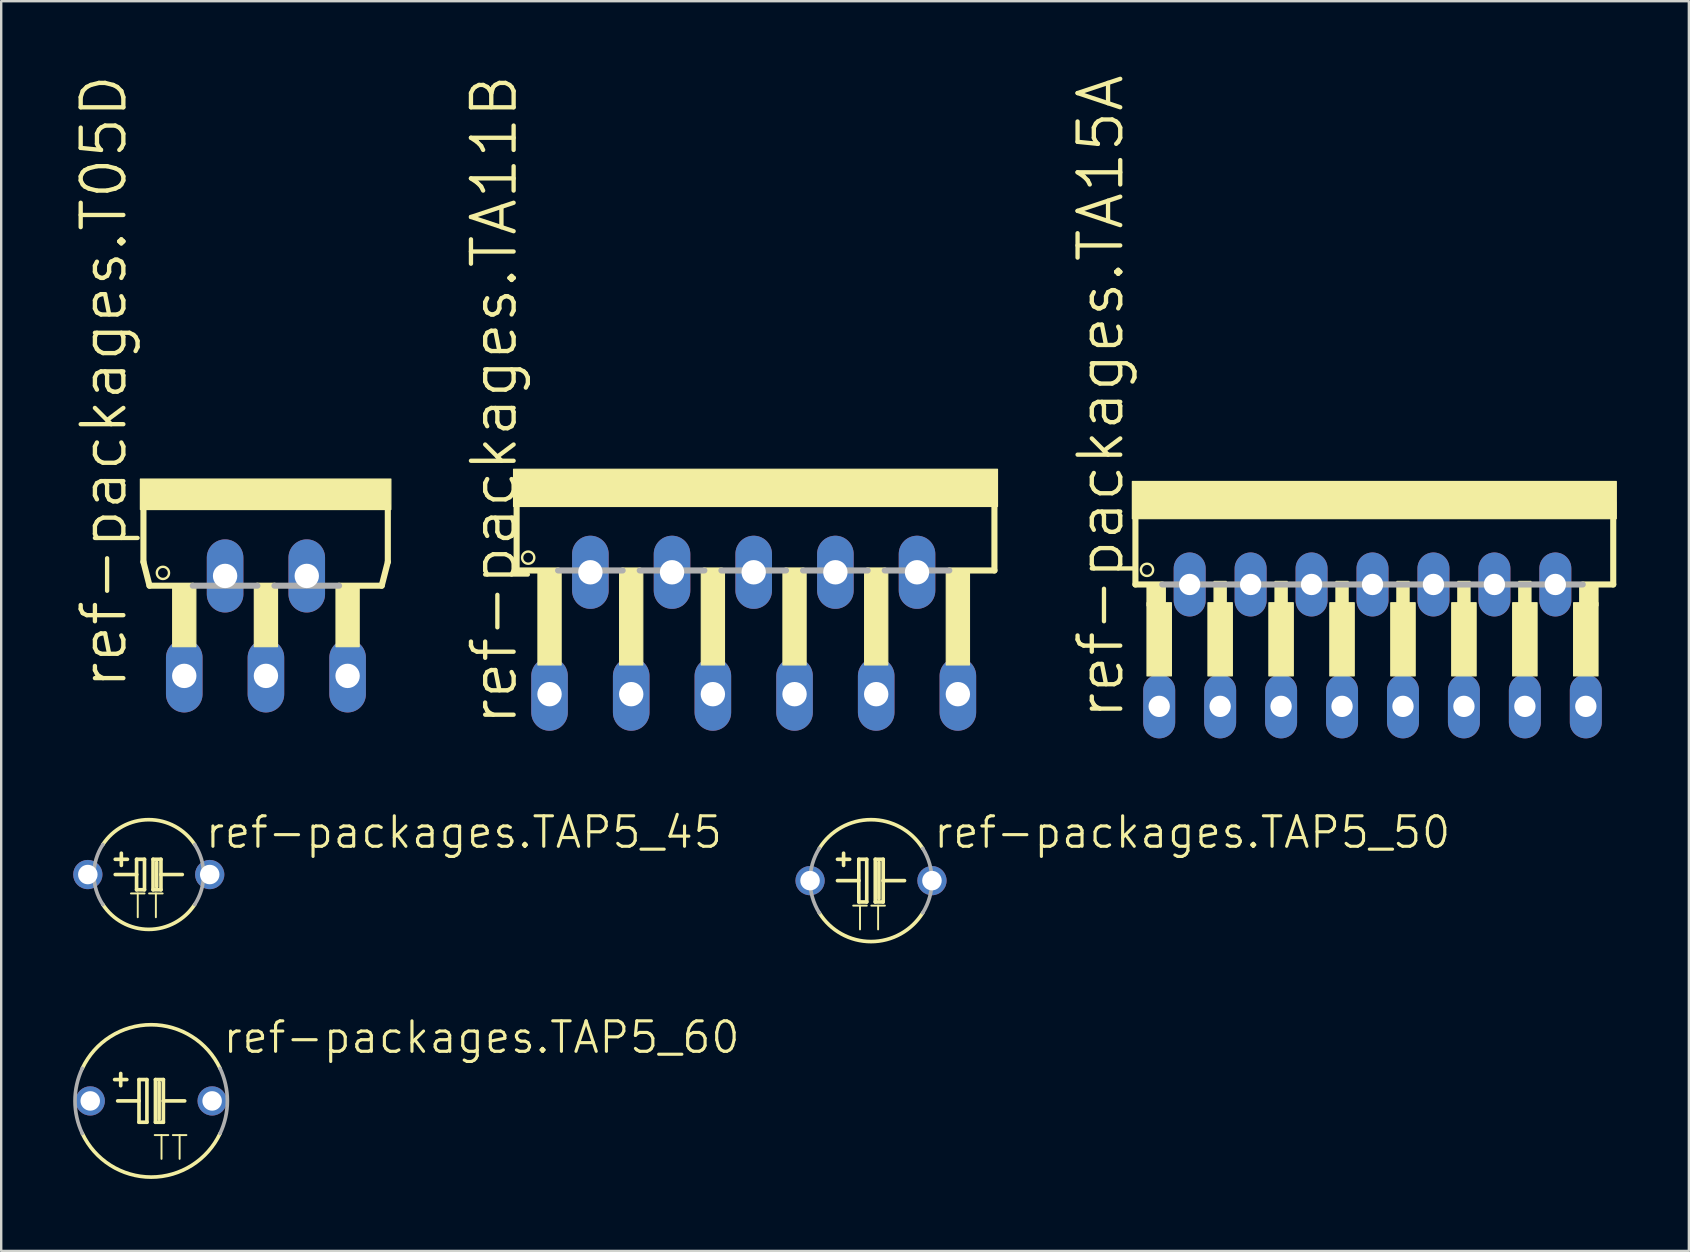
<source format=kicad_pcb>
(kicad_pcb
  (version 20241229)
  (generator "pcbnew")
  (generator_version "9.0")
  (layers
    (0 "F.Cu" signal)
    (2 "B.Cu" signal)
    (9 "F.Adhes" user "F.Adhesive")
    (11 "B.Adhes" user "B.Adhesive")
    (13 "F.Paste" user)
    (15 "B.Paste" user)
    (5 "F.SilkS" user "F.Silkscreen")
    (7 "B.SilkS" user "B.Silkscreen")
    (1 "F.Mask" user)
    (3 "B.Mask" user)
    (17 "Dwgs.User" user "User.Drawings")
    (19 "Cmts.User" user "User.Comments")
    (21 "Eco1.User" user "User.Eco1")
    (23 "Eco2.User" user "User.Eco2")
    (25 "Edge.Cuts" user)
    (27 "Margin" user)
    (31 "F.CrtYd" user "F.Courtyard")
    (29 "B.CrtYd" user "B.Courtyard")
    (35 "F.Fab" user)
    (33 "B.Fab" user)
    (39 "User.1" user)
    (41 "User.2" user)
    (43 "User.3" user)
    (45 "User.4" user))
  (footprint "ref-packages.TA11B"
    (layer "F.Cu")
    (at 28.362 18.261)
    (property "Reference" "ref-packages.TA11B" (at -9.779 9.017 90) (layer "F.SilkS") (effects (font (size 1.778 1.778) (thickness 0.18)) (justify left bottom)))
    (attr through_hole)
    (fp_line (start -9.881 -0.279) (end -9.881 2.464) (stroke (width 0.254) (type default)) (layer "F.SilkS"))
    (fp_line (start -9.881 2.464) (end -8.153 2.464) (stroke (width 0.254) (type default)) (layer "F.SilkS"))
    (fp_line (start -5.461 2.464) (end -4.75 2.464) (stroke (width 0.254) (type default)) (layer "F.SilkS"))
    (fp_line (start -2.057 2.464) (end -1.346 2.464) (stroke (width 0.254) (type default)) (layer "F.SilkS"))
    (fp_line (start 1.346 2.464) (end 2.057 2.464) (stroke (width 0.254) (type default)) (layer "F.SilkS"))
    (fp_line (start 4.75 2.464) (end 5.461 2.464) (stroke (width 0.254) (type default)) (layer "F.SilkS"))
    (fp_line (start 8.153 2.464) (end 10.033 2.464) (stroke (width 0.254) (type default)) (layer "F.SilkS"))
    (fp_line (start 10.033 2.464) (end 10.033 -0.864) (stroke (width 0.254) (type default)) (layer "F.SilkS"))
    (fp_rect (start -10.008 -0.203) (end 10.16 -1.753) (stroke (width 0.05) (type default)) (fill yes) (layer "F.SilkS"))
    (fp_rect (start -8.992 6.401) (end -8.026 2.54) (stroke (width 0.05) (type default)) (fill yes) (layer "F.SilkS"))
    (fp_rect (start -5.588 6.401) (end -4.623 2.54) (stroke (width 0.05) (type default)) (fill yes) (layer "F.SilkS"))
    (fp_rect (start -2.184 6.401) (end -1.219 2.54) (stroke (width 0.05) (type default)) (fill yes) (layer "F.SilkS"))
    (fp_rect (start 1.219 6.401) (end 2.184 2.54) (stroke (width 0.05) (type default)) (fill yes) (layer "F.SilkS"))
    (fp_rect (start 4.623 6.401) (end 5.588 2.54) (stroke (width 0.05) (type default)) (fill yes) (layer "F.SilkS"))
    (fp_rect (start 8.026 6.401) (end 8.992 2.54) (stroke (width 0.05) (type default)) (fill yes) (layer "F.SilkS"))
    (fp_circle (center -9.398 1.93) (end -9.144 1.93) (stroke (width 0.1) (type default)) (fill no) (layer "F.SilkS"))
    (fp_line (start -8.153 2.464) (end -5.461 2.464) (stroke (width 0.254) (type default)) (layer "F.Fab"))
    (fp_line (start -4.75 2.464) (end -2.057 2.464) (stroke (width 0.254) (type default)) (layer "F.Fab"))
    (fp_line (start -1.346 2.464) (end 1.346 2.464) (stroke (width 0.254) (type default)) (layer "F.Fab"))
    (fp_line (start 2.057 2.464) (end 4.75 2.464) (stroke (width 0.254) (type default)) (layer "F.Fab"))
    (fp_line (start 5.461 2.464) (end 8.153 2.464) (stroke (width 0.254) (type default)) (layer "F.Fab"))
    (pad "1" thru_hole oval (at -8.509 7.62 90) (size 3.048 1.524) (drill 1.016) (layers "*.Cu" "*.Mask"))
    (pad "2" thru_hole oval (at -6.807 2.54 90) (size 3.048 1.524) (drill 1.016) (layers "*.Cu" "*.Mask"))
    (pad "3" thru_hole oval (at -5.105 7.62 90) (size 3.048 1.524) (drill 1.016) (layers "*.Cu" "*.Mask"))
    (pad "4" thru_hole oval (at -3.404 2.54 90) (size 3.048 1.524) (drill 1.016) (layers "*.Cu" "*.Mask"))
    (pad "5" thru_hole oval (at -1.702 7.62 90) (size 3.048 1.524) (drill 1.016) (layers "*.Cu" "*.Mask"))
    (pad "6" thru_hole oval (at 0 2.54 90) (size 3.048 1.524) (drill 1.016) (layers "*.Cu" "*.Mask"))
    (pad "7" thru_hole oval (at 1.702 7.62 90) (size 3.048 1.524) (drill 1.016) (layers "*.Cu" "*.Mask"))
    (pad "8" thru_hole oval (at 3.404 2.54 90) (size 3.048 1.524) (drill 1.016) (layers "*.Cu" "*.Mask"))
    (pad "9" thru_hole oval (at 5.105 7.62 90) (size 3.048 1.524) (drill 1.016) (layers "*.Cu" "*.Mask"))
    (pad "10" thru_hole oval (at 6.807 2.54 90) (size 3.048 1.524) (drill 1.016) (layers "*.Cu" "*.Mask"))
    (pad "11" thru_hole oval (at 8.509 7.62 90) (size 3.048 1.524) (drill 1.016) (layers "*.Cu" "*.Mask")))
  (footprint "ref-packages.T05D"
    (layer "F.Cu")
    (at 8.033 20.039)
    (property "Reference" "ref-packages.T05D" (at -5.715 5.715 90) (layer "F.SilkS") (effects (font (size 1.778 1.778) (thickness 0.18)) (justify left bottom)))
    (attr through_hole)
    (fp_line (start -5.105 -2.007) (end -5.105 0.33) (stroke (width 0.254) (type default)) (layer "F.SilkS"))
    (fp_line (start -5.105 0.33) (end -4.851 1.321) (stroke (width 0.254) (type default)) (layer "F.SilkS"))
    (fp_line (start -4.851 1.321) (end -3.048 1.321) (stroke (width 0.254) (type default)) (layer "F.SilkS"))
    (fp_line (start -0.356 1.321) (end 0.356 1.321) (stroke (width 0.254) (type default)) (layer "F.SilkS"))
    (fp_line (start 3.048 1.321) (end 4.826 1.321) (stroke (width 0.254) (type default)) (layer "F.SilkS"))
    (fp_line (start 4.826 1.321) (end 5.08 0.33) (stroke (width 0.254) (type default)) (layer "F.SilkS"))
    (fp_line (start 5.08 0.33) (end 5.08 -2.007) (stroke (width 0.254) (type default)) (layer "F.SilkS"))
    (fp_rect (start -5.232 -1.854) (end 5.207 -3.124) (stroke (width 0.05) (type default)) (fill yes) (layer "F.SilkS"))
    (fp_rect (start -3.886 3.861) (end -2.921 1.346) (stroke (width 0.05) (type default)) (fill yes) (layer "F.SilkS"))
    (fp_rect (start -0.483 3.861) (end 0.483 1.346) (stroke (width 0.05) (type default)) (fill yes) (layer "F.SilkS"))
    (fp_rect (start 2.921 3.861) (end 3.886 1.346) (stroke (width 0.05) (type default)) (fill yes) (layer "F.SilkS"))
    (fp_circle (center -4.293 0.787) (end -4.039 0.787) (stroke (width 0.1) (type default)) (fill no) (layer "F.SilkS"))
    (fp_line (start -3.048 1.321) (end -0.356 1.321) (stroke (width 0.254) (type default)) (layer "F.Fab"))
    (fp_line (start 0.356 1.321) (end 3.048 1.321) (stroke (width 0.254) (type default)) (layer "F.Fab"))
    (pad "1" thru_hole oval (at -3.404 5.08 90) (size 3.048 1.524) (drill 1.016) (layers "*.Cu" "*.Mask"))
    (pad "2" thru_hole oval (at -1.702 0.914 90) (size 3.048 1.524) (drill 1.016) (layers "*.Cu" "*.Mask"))
    (pad "3" thru_hole oval (at 0 5.08 90) (size 3.048 1.524) (drill 1.016) (layers "*.Cu" "*.Mask"))
    (pad "4" thru_hole oval (at 1.702 0.914 90) (size 3.048 1.524) (drill 1.016) (layers "*.Cu" "*.Mask"))
    (pad "5" thru_hole oval (at 3.404 5.08 90) (size 3.048 1.524) (drill 1.016) (layers "*.Cu" "*.Mask")))
  (footprint "ref-packages.TA15A"
    (layer "F.Cu")
    (at 54.152 20.039)
    (property "Reference" "ref-packages.TA15A" (at -10.287 6.985 90) (layer "F.SilkS") (effects (font (size 1.778 1.778) (thickness 0.18)) (justify left bottom)))
    (attr through_hole)
    (fp_line (start -9.881 -1.549) (end -9.881 1.27) (stroke (width 0.254) (type default)) (layer "F.SilkS"))
    (fp_line (start -8.763 1.27) (end -9.881 1.27) (stroke (width 0.254) (type default)) (layer "F.SilkS"))
    (fp_line (start 8.763 1.27) (end 10.033 1.27) (stroke (width 0.254) (type default)) (layer "F.SilkS"))
    (fp_line (start 10.033 1.27) (end 10.033 -2.134) (stroke (width 0.254) (type default)) (layer "F.SilkS"))
    (fp_rect (start -10.008 -1.473) (end 10.16 -3.023) (stroke (width 0.05) (type default)) (fill yes) (layer "F.SilkS"))
    (fp_rect (start -9.398 2.159) (end -8.636 1.27) (stroke (width 0.05) (type default)) (fill yes) (layer "F.SilkS"))
    (fp_rect (start -9.398 5.08) (end -8.382 2.032) (stroke (width 0.05) (type default)) (fill yes) (layer "F.SilkS"))
    (fp_rect (start -6.858 5.08) (end -5.842 2.032) (stroke (width 0.05) (type default)) (fill yes) (layer "F.SilkS"))
    (fp_rect (start -6.604 2.286) (end -6.096 1.143) (stroke (width 0.05) (type default)) (fill yes) (layer "F.SilkS"))
    (fp_rect (start -4.318 5.08) (end -3.302 2.032) (stroke (width 0.05) (type default)) (fill yes) (layer "F.SilkS"))
    (fp_rect (start -4.064 2.286) (end -3.556 1.143) (stroke (width 0.05) (type default)) (fill yes) (layer "F.SilkS"))
    (fp_rect (start -1.778 5.08) (end -0.762 2.032) (stroke (width 0.05) (type default)) (fill yes) (layer "F.SilkS"))
    (fp_rect (start -1.524 2.286) (end -1.016 1.143) (stroke (width 0.05) (type default)) (fill yes) (layer "F.SilkS"))
    (fp_rect (start 0.762 5.08) (end 1.778 2.032) (stroke (width 0.05) (type default)) (fill yes) (layer "F.SilkS"))
    (fp_rect (start 1.016 2.286) (end 1.524 1.143) (stroke (width 0.05) (type default)) (fill yes) (layer "F.SilkS"))
    (fp_rect (start 3.302 5.08) (end 4.318 2.032) (stroke (width 0.05) (type default)) (fill yes) (layer "F.SilkS"))
    (fp_rect (start 3.556 2.286) (end 4.064 1.143) (stroke (width 0.05) (type default)) (fill yes) (layer "F.SilkS"))
    (fp_rect (start 5.842 5.08) (end 6.858 2.032) (stroke (width 0.05) (type default)) (fill yes) (layer "F.SilkS"))
    (fp_rect (start 6.096 2.286) (end 6.604 1.143) (stroke (width 0.05) (type default)) (fill yes) (layer "F.SilkS"))
    (fp_rect (start 8.382 5.08) (end 9.398 2.032) (stroke (width 0.05) (type default)) (fill yes) (layer "F.SilkS"))
    (fp_rect (start 8.636 2.159) (end 9.398 1.27) (stroke (width 0.05) (type default)) (fill yes) (layer "F.SilkS"))
    (fp_circle (center -9.398 0.66) (end -9.144 0.66) (stroke (width 0.1) (type default)) (fill no) (layer "F.SilkS"))
    (fp_line (start -8.763 1.27) (end 8.763 1.27) (stroke (width 0.254) (type default)) (layer "F.Fab"))
    (pad "1" thru_hole oval (at -8.89 6.35 90) (size 2.667 1.333) (drill 0.889) (layers "*.Cu" "*.Mask"))
    (pad "2" thru_hole oval (at -7.62 1.27 90) (size 2.667 1.333) (drill 0.889) (layers "*.Cu" "*.Mask"))
    (pad "3" thru_hole oval (at -6.35 6.35 90) (size 2.667 1.333) (drill 0.889) (layers "*.Cu" "*.Mask"))
    (pad "4" thru_hole oval (at -5.08 1.27 90) (size 2.667 1.333) (drill 0.889) (layers "*.Cu" "*.Mask"))
    (pad "5" thru_hole oval (at -3.81 6.35 90) (size 2.667 1.333) (drill 0.889) (layers "*.Cu" "*.Mask"))
    (pad "6" thru_hole oval (at -2.54 1.27 90) (size 2.667 1.333) (drill 0.889) (layers "*.Cu" "*.Mask"))
    (pad "7" thru_hole oval (at -1.27 6.35 90) (size 2.667 1.333) (drill 0.889) (layers "*.Cu" "*.Mask"))
    (pad "8" thru_hole oval (at 0 1.27 90) (size 2.667 1.333) (drill 0.889) (layers "*.Cu" "*.Mask"))
    (pad "9" thru_hole oval (at 1.27 6.35 90) (size 2.667 1.333) (drill 0.889) (layers "*.Cu" "*.Mask"))
    (pad "10" thru_hole oval (at 2.54 1.27 90) (size 2.667 1.333) (drill 0.889) (layers "*.Cu" "*.Mask"))
    (pad "11" thru_hole oval (at 3.81 6.35 90) (size 2.667 1.333) (drill 0.889) (layers "*.Cu" "*.Mask"))
    (pad "12" thru_hole oval (at 5.08 1.27 90) (size 2.667 1.333) (drill 0.889) (layers "*.Cu" "*.Mask"))
    (pad "13" thru_hole oval (at 6.35 6.35 90) (size 2.667 1.333) (drill 0.889) (layers "*.Cu" "*.Mask"))
    (pad "14" thru_hole oval (at 7.62 1.27 90) (size 2.667 1.333) (drill 0.889) (layers "*.Cu" "*.Mask"))
    (pad "15" thru_hole oval (at 8.89 6.35 90) (size 2.667 1.333) (drill 0.889) (layers "*.Cu" "*.Mask")))
  (footprint "ref-packages.TAP5_50"
    (layer "F.Cu")
    (at 33.251 33.652)
    (property "Reference" "ref-packages.TAP5_50" (at 2.54 -1.27 0) (layer "F.SilkS") (effects (font (size 1.27 1.27) (thickness 0.13)) (justify left bottom)))
    (attr through_hole)
    (fp_line (start -1.397 0) (end -0.508 0) (stroke (width 0.152) (type default)) (layer "F.SilkS"))
    (fp_line (start -1.143 -0.635) (end -1.143 -1.143) (stroke (width 0.152) (type default)) (layer "F.SilkS"))
    (fp_line (start -0.889 -0.889) (end -1.397 -0.889) (stroke (width 0.152) (type default)) (layer "F.SilkS"))
    (fp_line (start -0.508 -0.889) (end -0.508 0) (stroke (width 0.152) (type default)) (layer "F.SilkS"))
    (fp_line (start -0.508 0) (end -0.508 0.889) (stroke (width 0.152) (type default)) (layer "F.SilkS"))
    (fp_line (start -0.508 0.889) (end -0.178 0.889) (stroke (width 0.152) (type default)) (layer "F.SilkS"))
    (fp_line (start -0.178 -0.889) (end -0.508 -0.889) (stroke (width 0.152) (type default)) (layer "F.SilkS"))
    (fp_line (start -0.178 0.889) (end -0.178 -0.889) (stroke (width 0.152) (type default)) (layer "F.SilkS"))
    (fp_line (start 0.178 -0.889) (end 0.178 0.889) (stroke (width 0.152) (type default)) (layer "F.SilkS"))
    (fp_line (start 0.178 0.889) (end 0.508 0.889) (stroke (width 0.152) (type default)) (layer "F.SilkS"))
    (fp_line (start 0.33 0.762) (end 0.33 -0.762) (stroke (width 0.152) (type default)) (layer "F.SilkS"))
    (fp_line (start 0.508 -0.889) (end 0.178 -0.889) (stroke (width 0.152) (type default)) (layer "F.SilkS"))
    (fp_line (start 0.508 0) (end 0.508 -0.889) (stroke (width 0.152) (type default)) (layer "F.SilkS"))
    (fp_line (start 0.508 0) (end 1.397 0) (stroke (width 0.152) (type default)) (layer "F.SilkS"))
    (fp_line (start 0.508 0.889) (end 0.508 0) (stroke (width 0.152) (type default)) (layer "F.SilkS"))
    (fp_arc (start -2.1557 -1.3432) (mid 0 -2.539927) (end 2.1557 -1.3432) (stroke (width 0.1524) (type default)) (layer "F.SilkS"))
    (fp_arc (start 2.1557 1.3432) (mid 0 2.539927) (end -2.1557 1.3432) (stroke (width 0.1524) (type default)) (layer "F.SilkS"))
    (fp_arc (start -2.1557 1.3432) (mid -2.539927 0) (end -2.1557 -1.3432) (stroke (width 0.1524) (type default)) (layer "F.Fab"))
    (fp_arc (start 2.1557 -1.3432) (mid 2.539927 0) (end 2.1557 1.3432) (stroke (width 0.1524) (type default)) (layer "F.Fab"))
    (fp_text user "TT" (at -0.889 2.159 0) (layer "F.SilkS") (effects (font (size 0.991 0.991) (thickness 0.08)) (justify left bottom)))
    (pad "+" thru_hole circle (at -2.54 0) (size 1.219 1.219) (drill 0.813) (layers "*.Cu" "*.Mask"))
    (pad "-" thru_hole circle (at 2.54 0) (size 1.219 1.219) (drill 0.813) (layers "*.Cu" "*.Mask")))
  (footprint "ref-packages.TAP5_60"
    (layer "F.Cu")
    (at 3.251 42.833)
    (property "Reference" "ref-packages.TAP5_60" (at 2.921 -1.905 0) (layer "F.SilkS") (effects (font (size 1.27 1.27) (thickness 0.13)) (justify left bottom)))
    (attr through_hole)
    (fp_line (start -1.397 0) (end -0.508 0) (stroke (width 0.152) (type default)) (layer "F.SilkS"))
    (fp_line (start -1.27 -0.635) (end -1.27 -1.143) (stroke (width 0.152) (type default)) (layer "F.SilkS"))
    (fp_line (start -1.016 -0.889) (end -1.524 -0.889) (stroke (width 0.152) (type default)) (layer "F.SilkS"))
    (fp_line (start -0.508 -0.889) (end -0.508 0) (stroke (width 0.152) (type default)) (layer "F.SilkS"))
    (fp_line (start -0.508 0) (end -0.508 0.889) (stroke (width 0.152) (type default)) (layer "F.SilkS"))
    (fp_line (start -0.508 0.889) (end -0.178 0.889) (stroke (width 0.152) (type default)) (layer "F.SilkS"))
    (fp_line (start -0.178 -0.889) (end -0.508 -0.889) (stroke (width 0.152) (type default)) (layer "F.SilkS"))
    (fp_line (start -0.178 0.889) (end -0.178 -0.889) (stroke (width 0.152) (type default)) (layer "F.SilkS"))
    (fp_line (start 0.178 -0.889) (end 0.178 0.889) (stroke (width 0.152) (type default)) (layer "F.SilkS"))
    (fp_line (start 0.178 0.889) (end 0.508 0.889) (stroke (width 0.152) (type default)) (layer "F.SilkS"))
    (fp_line (start 0.33 0.762) (end 0.33 -0.762) (stroke (width 0.152) (type default)) (layer "F.SilkS"))
    (fp_line (start 0.508 -0.889) (end 0.178 -0.889) (stroke (width 0.152) (type default)) (layer "F.SilkS"))
    (fp_line (start 0.508 0) (end 0.508 -0.889) (stroke (width 0.152) (type default)) (layer "F.SilkS"))
    (fp_line (start 0.508 0) (end 1.397 0) (stroke (width 0.152) (type default)) (layer "F.SilkS"))
    (fp_line (start 0.508 0.889) (end 0.508 0) (stroke (width 0.152) (type default)) (layer "F.SilkS"))
    (fp_arc (start -2.8702 -1.3574) (mid 0 -3.174993) (end 2.8702 -1.3574) (stroke (width 0.1524) (type default)) (layer "F.SilkS"))
    (fp_arc (start 2.8702 1.3574) (mid 0 3.174993) (end -2.8702 1.3574) (stroke (width 0.1524) (type default)) (layer "F.SilkS"))
    (fp_arc (start -2.8702 1.3574) (mid -3.174993 0) (end -2.8702 -1.3574) (stroke (width 0.1524) (type default)) (layer "F.Fab"))
    (fp_arc (start 2.8702 -1.3574) (mid 3.174993 0) (end 2.8702 1.3574) (stroke (width 0.1524) (type default)) (layer "F.Fab"))
    (fp_text user "TT" (at 0 2.54 0) (layer "F.SilkS") (effects (font (size 0.991 0.991) (thickness 0.08)) (justify left bottom)))
    (pad "+" thru_hole circle (at -2.54 0) (size 1.219 1.219) (drill 0.813) (layers "*.Cu" "*.Mask"))
    (pad "-" thru_hole circle (at 2.54 0) (size 1.219 1.219) (drill 0.813) (layers "*.Cu" "*.Mask")))
  (footprint "ref-packages.TAP5_45"
    (layer "F.Cu")
    (at 3.15 33.398)
    (property "Reference" "ref-packages.TAP5_45" (at 2.286 -1.016 0) (layer "F.SilkS") (effects (font (size 1.27 1.27) (thickness 0.13)) (justify left bottom)))
    (attr through_hole)
    (fp_line (start -1.397 0) (end -0.508 0) (stroke (width 0.152) (type default)) (layer "F.SilkS"))
    (fp_line (start -1.143 -0.381) (end -1.143 -0.889) (stroke (width 0.152) (type default)) (layer "F.SilkS"))
    (fp_line (start -0.889 -0.635) (end -1.397 -0.635) (stroke (width 0.152) (type default)) (layer "F.SilkS"))
    (fp_line (start -0.508 -0.635) (end -0.508 0) (stroke (width 0.152) (type default)) (layer "F.SilkS"))
    (fp_line (start -0.508 0) (end -0.508 0.635) (stroke (width 0.152) (type default)) (layer "F.SilkS"))
    (fp_line (start -0.508 0.635) (end -0.178 0.635) (stroke (width 0.152) (type default)) (layer "F.SilkS"))
    (fp_line (start -0.178 -0.635) (end -0.508 -0.635) (stroke (width 0.152) (type default)) (layer "F.SilkS"))
    (fp_line (start -0.178 0.635) (end -0.178 -0.635) (stroke (width 0.152) (type default)) (layer "F.SilkS"))
    (fp_line (start 0.178 -0.635) (end 0.178 0.635) (stroke (width 0.152) (type default)) (layer "F.SilkS"))
    (fp_line (start 0.178 0.635) (end 0.508 0.635) (stroke (width 0.152) (type default)) (layer "F.SilkS"))
    (fp_line (start 0.33 0.508) (end 0.33 -0.508) (stroke (width 0.152) (type default)) (layer "F.SilkS"))
    (fp_line (start 0.508 -0.635) (end 0.178 -0.635) (stroke (width 0.152) (type default)) (layer "F.SilkS"))
    (fp_line (start 0.508 0) (end 0.508 -0.635) (stroke (width 0.152) (type default)) (layer "F.SilkS"))
    (fp_line (start 0.508 0) (end 1.397 0) (stroke (width 0.152) (type default)) (layer "F.SilkS"))
    (fp_line (start 0.508 0.635) (end 0.508 0) (stroke (width 0.152) (type default)) (layer "F.SilkS"))
    (fp_arc (start -1.9144 -1.2492) (mid 0 -2.28592) (end 1.9144 -1.2492) (stroke (width 0.1524) (type default)) (layer "F.SilkS"))
    (fp_arc (start 1.9144 1.2492) (mid 0 2.28592) (end -1.9144 1.2492) (stroke (width 0.1524) (type default)) (layer "F.SilkS"))
    (fp_arc (start -1.9144 1.2492) (mid -2.28592 0) (end -1.9144 -1.2492) (stroke (width 0.1524) (type default)) (layer "F.Fab"))
    (fp_arc (start 1.9144 -1.2492) (mid 2.28592 0) (end 1.9144 1.2492) (stroke (width 0.1524) (type default)) (layer "F.Fab"))
    (fp_text user "TT" (at -0.889 1.905 0) (layer "F.SilkS") (effects (font (size 0.991 0.991) (thickness 0.08)) (justify left bottom)))
    (pad "+" thru_hole circle (at -2.54 0) (size 1.219 1.219) (drill 0.813) (layers "*.Cu" "*.Mask"))
    (pad "-" thru_hole circle (at 2.54 0) (size 1.219 1.219) (drill 0.813) (layers "*.Cu" "*.Mask")))
  (gr_rect
    (start -3 -3)
    (end 67.337 49.085)
    (stroke (width 0.1) (type default))
    (fill no)
    (layer "Edge.Cuts")))
</source>
